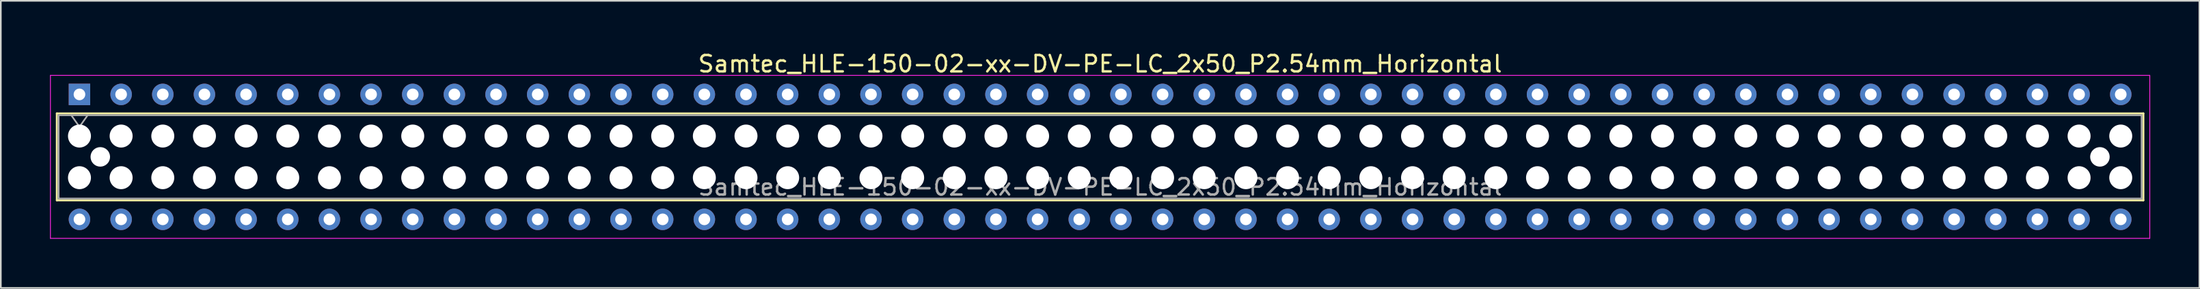
<source format=kicad_pcb>
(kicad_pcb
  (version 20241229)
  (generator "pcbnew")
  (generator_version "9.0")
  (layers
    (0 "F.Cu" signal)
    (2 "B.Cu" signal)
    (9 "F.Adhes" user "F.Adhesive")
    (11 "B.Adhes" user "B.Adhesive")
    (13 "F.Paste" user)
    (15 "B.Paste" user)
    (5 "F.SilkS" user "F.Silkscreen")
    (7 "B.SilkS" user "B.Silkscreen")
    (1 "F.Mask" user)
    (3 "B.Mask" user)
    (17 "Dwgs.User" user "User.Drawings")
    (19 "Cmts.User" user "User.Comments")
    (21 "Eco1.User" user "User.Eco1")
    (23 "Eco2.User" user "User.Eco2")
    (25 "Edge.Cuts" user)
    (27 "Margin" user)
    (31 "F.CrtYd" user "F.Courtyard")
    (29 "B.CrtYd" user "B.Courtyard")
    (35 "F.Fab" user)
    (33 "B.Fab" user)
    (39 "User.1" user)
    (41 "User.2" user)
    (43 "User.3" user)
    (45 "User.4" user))
  (footprint "Samtec_HLE-150-02-xx-DV-PE-LC_2x50_P2.54mm_Horizontal"
    (layer "F.Cu")
    (at 1.795 2.708)
    (property "Reference" "Samtec_HLE-150-02-xx-DV-PE-LC_2x50_P2.54mm_Horizontal" (at 62.23 -1.86 0) (layer "F.SilkS") (effects (font (size 1 1) (thickness 0.15))))
    (attr through_hole)
    (fp_line (start -1.38 1.16) (end 125.84 1.16) (stroke (width 0.12) (type solid)) (layer "F.SilkS"))
    (fp_line (start -1.38 6.46) (end -1.38 1.16) (stroke (width 0.12) (type solid)) (layer "F.SilkS"))
    (fp_line (start 125.84 1.16) (end 125.84 6.46) (stroke (width 0.12) (type solid)) (layer "F.SilkS"))
    (fp_line (start 125.84 6.46) (end -1.38 6.46) (stroke (width 0.12) (type solid)) (layer "F.SilkS"))
    (fp_line (start -1.77 -1.16) (end 126.23 -1.16) (stroke (width 0.05) (type solid)) (layer "F.CrtYd"))
    (fp_line (start -1.77 8.78) (end -1.77 -1.16) (stroke (width 0.05) (type solid)) (layer "F.CrtYd"))
    (fp_line (start 126.23 -1.16) (end 126.23 8.78) (stroke (width 0.05) (type solid)) (layer "F.CrtYd"))
    (fp_line (start 126.23 8.78) (end -1.77 8.78) (stroke (width 0.05) (type solid)) (layer "F.CrtYd"))
    (fp_line (start -1.27 1.27) (end 125.73 1.27) (stroke (width 0.1) (type solid)) (layer "F.Fab"))
    (fp_line (start -1.27 6.35) (end -1.27 1.27) (stroke (width 0.1) (type solid)) (layer "F.Fab"))
    (fp_line (start -0.5 1.27) (end 0 1.977) (stroke (width 0.1) (type solid)) (layer "F.Fab"))
    (fp_line (start 0 1.977) (end 0.5 1.27) (stroke (width 0.1) (type solid)) (layer "F.Fab"))
    (fp_line (start 125.73 1.27) (end 125.73 6.35) (stroke (width 0.1) (type solid)) (layer "F.Fab"))
    (fp_line (start 125.73 6.35) (end -1.27 6.35) (stroke (width 0.1) (type solid)) (layer "F.Fab"))
    (fp_text user "${REFERENCE}" (at 62.23 5.65 0) (layer "F.Fab") (effects (font (size 1 1) (thickness 0.15))))
    (pad "" np_thru_hole circle (at 0 2.54) (size 1.4 1.4) (drill 1.4) (layers "*.Cu" "*.Mask"))
    (pad "" np_thru_hole circle (at 0 5.08) (size 1.4 1.4) (drill 1.4) (layers "*.Cu" "*.Mask"))
    (pad "" np_thru_hole circle (at 1.27 3.81) (size 1.19 1.19) (drill 1.19) (layers "*.Cu" "*.Mask"))
    (pad "" np_thru_hole circle (at 2.54 2.54) (size 1.4 1.4) (drill 1.4) (layers "*.Cu" "*.Mask"))
    (pad "" np_thru_hole circle (at 2.54 5.08) (size 1.4 1.4) (drill 1.4) (layers "*.Cu" "*.Mask"))
    (pad "" np_thru_hole circle (at 5.08 2.54) (size 1.4 1.4) (drill 1.4) (layers "*.Cu" "*.Mask"))
    (pad "" np_thru_hole circle (at 5.08 5.08) (size 1.4 1.4) (drill 1.4) (layers "*.Cu" "*.Mask"))
    (pad "" np_thru_hole circle (at 7.62 2.54) (size 1.4 1.4) (drill 1.4) (layers "*.Cu" "*.Mask"))
    (pad "" np_thru_hole circle (at 7.62 5.08) (size 1.4 1.4) (drill 1.4) (layers "*.Cu" "*.Mask"))
    (pad "" np_thru_hole circle (at 10.16 2.54) (size 1.4 1.4) (drill 1.4) (layers "*.Cu" "*.Mask"))
    (pad "" np_thru_hole circle (at 10.16 5.08) (size 1.4 1.4) (drill 1.4) (layers "*.Cu" "*.Mask"))
    (pad "" np_thru_hole circle (at 12.7 2.54) (size 1.4 1.4) (drill 1.4) (layers "*.Cu" "*.Mask"))
    (pad "" np_thru_hole circle (at 12.7 5.08) (size 1.4 1.4) (drill 1.4) (layers "*.Cu" "*.Mask"))
    (pad "" np_thru_hole circle (at 15.24 2.54) (size 1.4 1.4) (drill 1.4) (layers "*.Cu" "*.Mask"))
    (pad "" np_thru_hole circle (at 15.24 5.08) (size 1.4 1.4) (drill 1.4) (layers "*.Cu" "*.Mask"))
    (pad "" np_thru_hole circle (at 17.78 2.54) (size 1.4 1.4) (drill 1.4) (layers "*.Cu" "*.Mask"))
    (pad "" np_thru_hole circle (at 17.78 5.08) (size 1.4 1.4) (drill 1.4) (layers "*.Cu" "*.Mask"))
    (pad "" np_thru_hole circle (at 20.32 2.54) (size 1.4 1.4) (drill 1.4) (layers "*.Cu" "*.Mask"))
    (pad "" np_thru_hole circle (at 20.32 5.08) (size 1.4 1.4) (drill 1.4) (layers "*.Cu" "*.Mask"))
    (pad "" np_thru_hole circle (at 22.86 2.54) (size 1.4 1.4) (drill 1.4) (layers "*.Cu" "*.Mask"))
    (pad "" np_thru_hole circle (at 22.86 5.08) (size 1.4 1.4) (drill 1.4) (layers "*.Cu" "*.Mask"))
    (pad "" np_thru_hole circle (at 25.4 2.54) (size 1.4 1.4) (drill 1.4) (layers "*.Cu" "*.Mask"))
    (pad "" np_thru_hole circle (at 25.4 5.08) (size 1.4 1.4) (drill 1.4) (layers "*.Cu" "*.Mask"))
    (pad "" np_thru_hole circle (at 27.94 2.54) (size 1.4 1.4) (drill 1.4) (layers "*.Cu" "*.Mask"))
    (pad "" np_thru_hole circle (at 27.94 5.08) (size 1.4 1.4) (drill 1.4) (layers "*.Cu" "*.Mask"))
    (pad "" np_thru_hole circle (at 30.48 2.54) (size 1.4 1.4) (drill 1.4) (layers "*.Cu" "*.Mask"))
    (pad "" np_thru_hole circle (at 30.48 5.08) (size 1.4 1.4) (drill 1.4) (layers "*.Cu" "*.Mask"))
    (pad "" np_thru_hole circle (at 33.02 2.54) (size 1.4 1.4) (drill 1.4) (layers "*.Cu" "*.Mask"))
    (pad "" np_thru_hole circle (at 33.02 5.08) (size 1.4 1.4) (drill 1.4) (layers "*.Cu" "*.Mask"))
    (pad "" np_thru_hole circle (at 35.56 2.54) (size 1.4 1.4) (drill 1.4) (layers "*.Cu" "*.Mask"))
    (pad "" np_thru_hole circle (at 35.56 5.08) (size 1.4 1.4) (drill 1.4) (layers "*.Cu" "*.Mask"))
    (pad "" np_thru_hole circle (at 38.1 2.54) (size 1.4 1.4) (drill 1.4) (layers "*.Cu" "*.Mask"))
    (pad "" np_thru_hole circle (at 38.1 5.08) (size 1.4 1.4) (drill 1.4) (layers "*.Cu" "*.Mask"))
    (pad "" np_thru_hole circle (at 40.64 2.54) (size 1.4 1.4) (drill 1.4) (layers "*.Cu" "*.Mask"))
    (pad "" np_thru_hole circle (at 40.64 5.08) (size 1.4 1.4) (drill 1.4) (layers "*.Cu" "*.Mask"))
    (pad "" np_thru_hole circle (at 43.18 2.54) (size 1.4 1.4) (drill 1.4) (layers "*.Cu" "*.Mask"))
    (pad "" np_thru_hole circle (at 43.18 5.08) (size 1.4 1.4) (drill 1.4) (layers "*.Cu" "*.Mask"))
    (pad "" np_thru_hole circle (at 45.72 2.54) (size 1.4 1.4) (drill 1.4) (layers "*.Cu" "*.Mask"))
    (pad "" np_thru_hole circle (at 45.72 5.08) (size 1.4 1.4) (drill 1.4) (layers "*.Cu" "*.Mask"))
    (pad "" np_thru_hole circle (at 48.26 2.54) (size 1.4 1.4) (drill 1.4) (layers "*.Cu" "*.Mask"))
    (pad "" np_thru_hole circle (at 48.26 5.08) (size 1.4 1.4) (drill 1.4) (layers "*.Cu" "*.Mask"))
    (pad "" np_thru_hole circle (at 50.8 2.54) (size 1.4 1.4) (drill 1.4) (layers "*.Cu" "*.Mask"))
    (pad "" np_thru_hole circle (at 50.8 5.08) (size 1.4 1.4) (drill 1.4) (layers "*.Cu" "*.Mask"))
    (pad "" np_thru_hole circle (at 53.34 2.54) (size 1.4 1.4) (drill 1.4) (layers "*.Cu" "*.Mask"))
    (pad "" np_thru_hole circle (at 53.34 5.08) (size 1.4 1.4) (drill 1.4) (layers "*.Cu" "*.Mask"))
    (pad "" np_thru_hole circle (at 55.88 2.54) (size 1.4 1.4) (drill 1.4) (layers "*.Cu" "*.Mask"))
    (pad "" np_thru_hole circle (at 55.88 5.08) (size 1.4 1.4) (drill 1.4) (layers "*.Cu" "*.Mask"))
    (pad "" np_thru_hole circle (at 58.42 2.54) (size 1.4 1.4) (drill 1.4) (layers "*.Cu" "*.Mask"))
    (pad "" np_thru_hole circle (at 58.42 5.08) (size 1.4 1.4) (drill 1.4) (layers "*.Cu" "*.Mask"))
    (pad "" np_thru_hole circle (at 60.96 2.54) (size 1.4 1.4) (drill 1.4) (layers "*.Cu" "*.Mask"))
    (pad "" np_thru_hole circle (at 60.96 5.08) (size 1.4 1.4) (drill 1.4) (layers "*.Cu" "*.Mask"))
    (pad "" np_thru_hole circle (at 63.5 2.54) (size 1.4 1.4) (drill 1.4) (layers "*.Cu" "*.Mask"))
    (pad "" np_thru_hole circle (at 63.5 5.08) (size 1.4 1.4) (drill 1.4) (layers "*.Cu" "*.Mask"))
    (pad "" np_thru_hole circle (at 66.04 2.54) (size 1.4 1.4) (drill 1.4) (layers "*.Cu" "*.Mask"))
    (pad "" np_thru_hole circle (at 66.04 5.08) (size 1.4 1.4) (drill 1.4) (layers "*.Cu" "*.Mask"))
    (pad "" np_thru_hole circle (at 68.58 2.54) (size 1.4 1.4) (drill 1.4) (layers "*.Cu" "*.Mask"))
    (pad "" np_thru_hole circle (at 68.58 5.08) (size 1.4 1.4) (drill 1.4) (layers "*.Cu" "*.Mask"))
    (pad "" np_thru_hole circle (at 71.12 2.54) (size 1.4 1.4) (drill 1.4) (layers "*.Cu" "*.Mask"))
    (pad "" np_thru_hole circle (at 71.12 5.08) (size 1.4 1.4) (drill 1.4) (layers "*.Cu" "*.Mask"))
    (pad "" np_thru_hole circle (at 73.66 2.54) (size 1.4 1.4) (drill 1.4) (layers "*.Cu" "*.Mask"))
    (pad "" np_thru_hole circle (at 73.66 5.08) (size 1.4 1.4) (drill 1.4) (layers "*.Cu" "*.Mask"))
    (pad "" np_thru_hole circle (at 76.2 2.54) (size 1.4 1.4) (drill 1.4) (layers "*.Cu" "*.Mask"))
    (pad "" np_thru_hole circle (at 76.2 5.08) (size 1.4 1.4) (drill 1.4) (layers "*.Cu" "*.Mask"))
    (pad "" np_thru_hole circle (at 78.74 2.54) (size 1.4 1.4) (drill 1.4) (layers "*.Cu" "*.Mask"))
    (pad "" np_thru_hole circle (at 78.74 5.08) (size 1.4 1.4) (drill 1.4) (layers "*.Cu" "*.Mask"))
    (pad "" np_thru_hole circle (at 81.28 2.54) (size 1.4 1.4) (drill 1.4) (layers "*.Cu" "*.Mask"))
    (pad "" np_thru_hole circle (at 81.28 5.08) (size 1.4 1.4) (drill 1.4) (layers "*.Cu" "*.Mask"))
    (pad "" np_thru_hole circle (at 83.82 2.54) (size 1.4 1.4) (drill 1.4) (layers "*.Cu" "*.Mask"))
    (pad "" np_thru_hole circle (at 83.82 5.08) (size 1.4 1.4) (drill 1.4) (layers "*.Cu" "*.Mask"))
    (pad "" np_thru_hole circle (at 86.36 2.54) (size 1.4 1.4) (drill 1.4) (layers "*.Cu" "*.Mask"))
    (pad "" np_thru_hole circle (at 86.36 5.08) (size 1.4 1.4) (drill 1.4) (layers "*.Cu" "*.Mask"))
    (pad "" np_thru_hole circle (at 88.9 2.54) (size 1.4 1.4) (drill 1.4) (layers "*.Cu" "*.Mask"))
    (pad "" np_thru_hole circle (at 88.9 5.08) (size 1.4 1.4) (drill 1.4) (layers "*.Cu" "*.Mask"))
    (pad "" np_thru_hole circle (at 91.44 2.54) (size 1.4 1.4) (drill 1.4) (layers "*.Cu" "*.Mask"))
    (pad "" np_thru_hole circle (at 91.44 5.08) (size 1.4 1.4) (drill 1.4) (layers "*.Cu" "*.Mask"))
    (pad "" np_thru_hole circle (at 93.98 2.54) (size 1.4 1.4) (drill 1.4) (layers "*.Cu" "*.Mask"))
    (pad "" np_thru_hole circle (at 93.98 5.08) (size 1.4 1.4) (drill 1.4) (layers "*.Cu" "*.Mask"))
    (pad "" np_thru_hole circle (at 96.52 2.54) (size 1.4 1.4) (drill 1.4) (layers "*.Cu" "*.Mask"))
    (pad "" np_thru_hole circle (at 96.52 5.08) (size 1.4 1.4) (drill 1.4) (layers "*.Cu" "*.Mask"))
    (pad "" np_thru_hole circle (at 99.06 2.54) (size 1.4 1.4) (drill 1.4) (layers "*.Cu" "*.Mask"))
    (pad "" np_thru_hole circle (at 99.06 5.08) (size 1.4 1.4) (drill 1.4) (layers "*.Cu" "*.Mask"))
    (pad "" np_thru_hole circle (at 101.6 2.54) (size 1.4 1.4) (drill 1.4) (layers "*.Cu" "*.Mask"))
    (pad "" np_thru_hole circle (at 101.6 5.08) (size 1.4 1.4) (drill 1.4) (layers "*.Cu" "*.Mask"))
    (pad "" np_thru_hole circle (at 104.14 2.54) (size 1.4 1.4) (drill 1.4) (layers "*.Cu" "*.Mask"))
    (pad "" np_thru_hole circle (at 104.14 5.08) (size 1.4 1.4) (drill 1.4) (layers "*.Cu" "*.Mask"))
    (pad "" np_thru_hole circle (at 106.68 2.54) (size 1.4 1.4) (drill 1.4) (layers "*.Cu" "*.Mask"))
    (pad "" np_thru_hole circle (at 106.68 5.08) (size 1.4 1.4) (drill 1.4) (layers "*.Cu" "*.Mask"))
    (pad "" np_thru_hole circle (at 109.22 2.54) (size 1.4 1.4) (drill 1.4) (layers "*.Cu" "*.Mask"))
    (pad "" np_thru_hole circle (at 109.22 5.08) (size 1.4 1.4) (drill 1.4) (layers "*.Cu" "*.Mask"))
    (pad "" np_thru_hole circle (at 111.76 2.54) (size 1.4 1.4) (drill 1.4) (layers "*.Cu" "*.Mask"))
    (pad "" np_thru_hole circle (at 111.76 5.08) (size 1.4 1.4) (drill 1.4) (layers "*.Cu" "*.Mask"))
    (pad "" np_thru_hole circle (at 114.3 2.54) (size 1.4 1.4) (drill 1.4) (layers "*.Cu" "*.Mask"))
    (pad "" np_thru_hole circle (at 114.3 5.08) (size 1.4 1.4) (drill 1.4) (layers "*.Cu" "*.Mask"))
    (pad "" np_thru_hole circle (at 116.84 2.54) (size 1.4 1.4) (drill 1.4) (layers "*.Cu" "*.Mask"))
    (pad "" np_thru_hole circle (at 116.84 5.08) (size 1.4 1.4) (drill 1.4) (layers "*.Cu" "*.Mask"))
    (pad "" np_thru_hole circle (at 119.38 2.54) (size 1.4 1.4) (drill 1.4) (layers "*.Cu" "*.Mask"))
    (pad "" np_thru_hole circle (at 119.38 5.08) (size 1.4 1.4) (drill 1.4) (layers "*.Cu" "*.Mask"))
    (pad "" np_thru_hole circle (at 121.92 2.54) (size 1.4 1.4) (drill 1.4) (layers "*.Cu" "*.Mask"))
    (pad "" np_thru_hole circle (at 121.92 5.08) (size 1.4 1.4) (drill 1.4) (layers "*.Cu" "*.Mask"))
    (pad "" np_thru_hole circle (at 123.19 3.81) (size 1.19 1.19) (drill 1.19) (layers "*.Cu" "*.Mask"))
    (pad "" np_thru_hole circle (at 124.46 2.54) (size 1.4 1.4) (drill 1.4) (layers "*.Cu" "*.Mask"))
    (pad "" np_thru_hole circle (at 124.46 5.08) (size 1.4 1.4) (drill 1.4) (layers "*.Cu" "*.Mask"))
    (pad "1" thru_hole rect (at 0 0) (size 1.31 1.31) (drill 0.71) (layers "*.Cu" "*.Mask"))
    (pad "2" thru_hole circle (at 0 7.62) (size 1.31 1.31) (drill 0.71) (layers "*.Cu" "*.Mask"))
    (pad "3" thru_hole circle (at 2.54 0) (size 1.31 1.31) (drill 0.71) (layers "*.Cu" "*.Mask"))
    (pad "4" thru_hole circle (at 2.54 7.62) (size 1.31 1.31) (drill 0.71) (layers "*.Cu" "*.Mask"))
    (pad "5" thru_hole circle (at 5.08 0) (size 1.31 1.31) (drill 0.71) (layers "*.Cu" "*.Mask"))
    (pad "6" thru_hole circle (at 5.08 7.62) (size 1.31 1.31) (drill 0.71) (layers "*.Cu" "*.Mask"))
    (pad "7" thru_hole circle (at 7.62 0) (size 1.31 1.31) (drill 0.71) (layers "*.Cu" "*.Mask"))
    (pad "8" thru_hole circle (at 7.62 7.62) (size 1.31 1.31) (drill 0.71) (layers "*.Cu" "*.Mask"))
    (pad "9" thru_hole circle (at 10.16 0) (size 1.31 1.31) (drill 0.71) (layers "*.Cu" "*.Mask"))
    (pad "10" thru_hole circle (at 10.16 7.62) (size 1.31 1.31) (drill 0.71) (layers "*.Cu" "*.Mask"))
    (pad "11" thru_hole circle (at 12.7 0) (size 1.31 1.31) (drill 0.71) (layers "*.Cu" "*.Mask"))
    (pad "12" thru_hole circle (at 12.7 7.62) (size 1.31 1.31) (drill 0.71) (layers "*.Cu" "*.Mask"))
    (pad "13" thru_hole circle (at 15.24 0) (size 1.31 1.31) (drill 0.71) (layers "*.Cu" "*.Mask"))
    (pad "14" thru_hole circle (at 15.24 7.62) (size 1.31 1.31) (drill 0.71) (layers "*.Cu" "*.Mask"))
    (pad "15" thru_hole circle (at 17.78 0) (size 1.31 1.31) (drill 0.71) (layers "*.Cu" "*.Mask"))
    (pad "16" thru_hole circle (at 17.78 7.62) (size 1.31 1.31) (drill 0.71) (layers "*.Cu" "*.Mask"))
    (pad "17" thru_hole circle (at 20.32 0) (size 1.31 1.31) (drill 0.71) (layers "*.Cu" "*.Mask"))
    (pad "18" thru_hole circle (at 20.32 7.62) (size 1.31 1.31) (drill 0.71) (layers "*.Cu" "*.Mask"))
    (pad "19" thru_hole circle (at 22.86 0) (size 1.31 1.31) (drill 0.71) (layers "*.Cu" "*.Mask"))
    (pad "20" thru_hole circle (at 22.86 7.62) (size 1.31 1.31) (drill 0.71) (layers "*.Cu" "*.Mask"))
    (pad "21" thru_hole circle (at 25.4 0) (size 1.31 1.31) (drill 0.71) (layers "*.Cu" "*.Mask"))
    (pad "22" thru_hole circle (at 25.4 7.62) (size 1.31 1.31) (drill 0.71) (layers "*.Cu" "*.Mask"))
    (pad "23" thru_hole circle (at 27.94 0) (size 1.31 1.31) (drill 0.71) (layers "*.Cu" "*.Mask"))
    (pad "24" thru_hole circle (at 27.94 7.62) (size 1.31 1.31) (drill 0.71) (layers "*.Cu" "*.Mask"))
    (pad "25" thru_hole circle (at 30.48 0) (size 1.31 1.31) (drill 0.71) (layers "*.Cu" "*.Mask"))
    (pad "26" thru_hole circle (at 30.48 7.62) (size 1.31 1.31) (drill 0.71) (layers "*.Cu" "*.Mask"))
    (pad "27" thru_hole circle (at 33.02 0) (size 1.31 1.31) (drill 0.71) (layers "*.Cu" "*.Mask"))
    (pad "28" thru_hole circle (at 33.02 7.62) (size 1.31 1.31) (drill 0.71) (layers "*.Cu" "*.Mask"))
    (pad "29" thru_hole circle (at 35.56 0) (size 1.31 1.31) (drill 0.71) (layers "*.Cu" "*.Mask"))
    (pad "30" thru_hole circle (at 35.56 7.62) (size 1.31 1.31) (drill 0.71) (layers "*.Cu" "*.Mask"))
    (pad "31" thru_hole circle (at 38.1 0) (size 1.31 1.31) (drill 0.71) (layers "*.Cu" "*.Mask"))
    (pad "32" thru_hole circle (at 38.1 7.62) (size 1.31 1.31) (drill 0.71) (layers "*.Cu" "*.Mask"))
    (pad "33" thru_hole circle (at 40.64 0) (size 1.31 1.31) (drill 0.71) (layers "*.Cu" "*.Mask"))
    (pad "34" thru_hole circle (at 40.64 7.62) (size 1.31 1.31) (drill 0.71) (layers "*.Cu" "*.Mask"))
    (pad "35" thru_hole circle (at 43.18 0) (size 1.31 1.31) (drill 0.71) (layers "*.Cu" "*.Mask"))
    (pad "36" thru_hole circle (at 43.18 7.62) (size 1.31 1.31) (drill 0.71) (layers "*.Cu" "*.Mask"))
    (pad "37" thru_hole circle (at 45.72 0) (size 1.31 1.31) (drill 0.71) (layers "*.Cu" "*.Mask"))
    (pad "38" thru_hole circle (at 45.72 7.62) (size 1.31 1.31) (drill 0.71) (layers "*.Cu" "*.Mask"))
    (pad "39" thru_hole circle (at 48.26 0) (size 1.31 1.31) (drill 0.71) (layers "*.Cu" "*.Mask"))
    (pad "40" thru_hole circle (at 48.26 7.62) (size 1.31 1.31) (drill 0.71) (layers "*.Cu" "*.Mask"))
    (pad "41" thru_hole circle (at 50.8 0) (size 1.31 1.31) (drill 0.71) (layers "*.Cu" "*.Mask"))
    (pad "42" thru_hole circle (at 50.8 7.62) (size 1.31 1.31) (drill 0.71) (layers "*.Cu" "*.Mask"))
    (pad "43" thru_hole circle (at 53.34 0) (size 1.31 1.31) (drill 0.71) (layers "*.Cu" "*.Mask"))
    (pad "44" thru_hole circle (at 53.34 7.62) (size 1.31 1.31) (drill 0.71) (layers "*.Cu" "*.Mask"))
    (pad "45" thru_hole circle (at 55.88 0) (size 1.31 1.31) (drill 0.71) (layers "*.Cu" "*.Mask"))
    (pad "46" thru_hole circle (at 55.88 7.62) (size 1.31 1.31) (drill 0.71) (layers "*.Cu" "*.Mask"))
    (pad "47" thru_hole circle (at 58.42 0) (size 1.31 1.31) (drill 0.71) (layers "*.Cu" "*.Mask"))
    (pad "48" thru_hole circle (at 58.42 7.62) (size 1.31 1.31) (drill 0.71) (layers "*.Cu" "*.Mask"))
    (pad "49" thru_hole circle (at 60.96 0) (size 1.31 1.31) (drill 0.71) (layers "*.Cu" "*.Mask"))
    (pad "50" thru_hole circle (at 60.96 7.62) (size 1.31 1.31) (drill 0.71) (layers "*.Cu" "*.Mask"))
    (pad "51" thru_hole circle (at 63.5 0) (size 1.31 1.31) (drill 0.71) (layers "*.Cu" "*.Mask"))
    (pad "52" thru_hole circle (at 63.5 7.62) (size 1.31 1.31) (drill 0.71) (layers "*.Cu" "*.Mask"))
    (pad "53" thru_hole circle (at 66.04 0) (size 1.31 1.31) (drill 0.71) (layers "*.Cu" "*.Mask"))
    (pad "54" thru_hole circle (at 66.04 7.62) (size 1.31 1.31) (drill 0.71) (layers "*.Cu" "*.Mask"))
    (pad "55" thru_hole circle (at 68.58 0) (size 1.31 1.31) (drill 0.71) (layers "*.Cu" "*.Mask"))
    (pad "56" thru_hole circle (at 68.58 7.62) (size 1.31 1.31) (drill 0.71) (layers "*.Cu" "*.Mask"))
    (pad "57" thru_hole circle (at 71.12 0) (size 1.31 1.31) (drill 0.71) (layers "*.Cu" "*.Mask"))
    (pad "58" thru_hole circle (at 71.12 7.62) (size 1.31 1.31) (drill 0.71) (layers "*.Cu" "*.Mask"))
    (pad "59" thru_hole circle (at 73.66 0) (size 1.31 1.31) (drill 0.71) (layers "*.Cu" "*.Mask"))
    (pad "60" thru_hole circle (at 73.66 7.62) (size 1.31 1.31) (drill 0.71) (layers "*.Cu" "*.Mask"))
    (pad "61" thru_hole circle (at 76.2 0) (size 1.31 1.31) (drill 0.71) (layers "*.Cu" "*.Mask"))
    (pad "62" thru_hole circle (at 76.2 7.62) (size 1.31 1.31) (drill 0.71) (layers "*.Cu" "*.Mask"))
    (pad "63" thru_hole circle (at 78.74 0) (size 1.31 1.31) (drill 0.71) (layers "*.Cu" "*.Mask"))
    (pad "64" thru_hole circle (at 78.74 7.62) (size 1.31 1.31) (drill 0.71) (layers "*.Cu" "*.Mask"))
    (pad "65" thru_hole circle (at 81.28 0) (size 1.31 1.31) (drill 0.71) (layers "*.Cu" "*.Mask"))
    (pad "66" thru_hole circle (at 81.28 7.62) (size 1.31 1.31) (drill 0.71) (layers "*.Cu" "*.Mask"))
    (pad "67" thru_hole circle (at 83.82 0) (size 1.31 1.31) (drill 0.71) (layers "*.Cu" "*.Mask"))
    (pad "68" thru_hole circle (at 83.82 7.62) (size 1.31 1.31) (drill 0.71) (layers "*.Cu" "*.Mask"))
    (pad "69" thru_hole circle (at 86.36 0) (size 1.31 1.31) (drill 0.71) (layers "*.Cu" "*.Mask"))
    (pad "70" thru_hole circle (at 86.36 7.62) (size 1.31 1.31) (drill 0.71) (layers "*.Cu" "*.Mask"))
    (pad "71" thru_hole circle (at 88.9 0) (size 1.31 1.31) (drill 0.71) (layers "*.Cu" "*.Mask"))
    (pad "72" thru_hole circle (at 88.9 7.62) (size 1.31 1.31) (drill 0.71) (layers "*.Cu" "*.Mask"))
    (pad "73" thru_hole circle (at 91.44 0) (size 1.31 1.31) (drill 0.71) (layers "*.Cu" "*.Mask"))
    (pad "74" thru_hole circle (at 91.44 7.62) (size 1.31 1.31) (drill 0.71) (layers "*.Cu" "*.Mask"))
    (pad "75" thru_hole circle (at 93.98 0) (size 1.31 1.31) (drill 0.71) (layers "*.Cu" "*.Mask"))
    (pad "76" thru_hole circle (at 93.98 7.62) (size 1.31 1.31) (drill 0.71) (layers "*.Cu" "*.Mask"))
    (pad "77" thru_hole circle (at 96.52 0) (size 1.31 1.31) (drill 0.71) (layers "*.Cu" "*.Mask"))
    (pad "78" thru_hole circle (at 96.52 7.62) (size 1.31 1.31) (drill 0.71) (layers "*.Cu" "*.Mask"))
    (pad "79" thru_hole circle (at 99.06 0) (size 1.31 1.31) (drill 0.71) (layers "*.Cu" "*.Mask"))
    (pad "80" thru_hole circle (at 99.06 7.62) (size 1.31 1.31) (drill 0.71) (layers "*.Cu" "*.Mask"))
    (pad "81" thru_hole circle (at 101.6 0) (size 1.31 1.31) (drill 0.71) (layers "*.Cu" "*.Mask"))
    (pad "82" thru_hole circle (at 101.6 7.62) (size 1.31 1.31) (drill 0.71) (layers "*.Cu" "*.Mask"))
    (pad "83" thru_hole circle (at 104.14 0) (size 1.31 1.31) (drill 0.71) (layers "*.Cu" "*.Mask"))
    (pad "84" thru_hole circle (at 104.14 7.62) (size 1.31 1.31) (drill 0.71) (layers "*.Cu" "*.Mask"))
    (pad "85" thru_hole circle (at 106.68 0) (size 1.31 1.31) (drill 0.71) (layers "*.Cu" "*.Mask"))
    (pad "86" thru_hole circle (at 106.68 7.62) (size 1.31 1.31) (drill 0.71) (layers "*.Cu" "*.Mask"))
    (pad "87" thru_hole circle (at 109.22 0) (size 1.31 1.31) (drill 0.71) (layers "*.Cu" "*.Mask"))
    (pad "88" thru_hole circle (at 109.22 7.62) (size 1.31 1.31) (drill 0.71) (layers "*.Cu" "*.Mask"))
    (pad "89" thru_hole circle (at 111.76 0) (size 1.31 1.31) (drill 0.71) (layers "*.Cu" "*.Mask"))
    (pad "90" thru_hole circle (at 111.76 7.62) (size 1.31 1.31) (drill 0.71) (layers "*.Cu" "*.Mask"))
    (pad "91" thru_hole circle (at 114.3 0) (size 1.31 1.31) (drill 0.71) (layers "*.Cu" "*.Mask"))
    (pad "92" thru_hole circle (at 114.3 7.62) (size 1.31 1.31) (drill 0.71) (layers "*.Cu" "*.Mask"))
    (pad "93" thru_hole circle (at 116.84 0) (size 1.31 1.31) (drill 0.71) (layers "*.Cu" "*.Mask"))
    (pad "94" thru_hole circle (at 116.84 7.62) (size 1.31 1.31) (drill 0.71) (layers "*.Cu" "*.Mask"))
    (pad "95" thru_hole circle (at 119.38 0) (size 1.31 1.31) (drill 0.71) (layers "*.Cu" "*.Mask"))
    (pad "96" thru_hole circle (at 119.38 7.62) (size 1.31 1.31) (drill 0.71) (layers "*.Cu" "*.Mask"))
    (pad "97" thru_hole circle (at 121.92 0) (size 1.31 1.31) (drill 0.71) (layers "*.Cu" "*.Mask"))
    (pad "98" thru_hole circle (at 121.92 7.62) (size 1.31 1.31) (drill 0.71) (layers "*.Cu" "*.Mask"))
    (pad "99" thru_hole circle (at 124.46 0) (size 1.31 1.31) (drill 0.71) (layers "*.Cu" "*.Mask"))
    (pad "100" thru_hole circle (at 124.46 7.62) (size 1.31 1.31) (drill 0.71) (layers "*.Cu" "*.Mask")))
  (gr_rect
    (start -3 -3)
    (end 131.05 14.513)
    (stroke (width 0.1) (type default))
    (fill no)
    (layer "Edge.Cuts")))
</source>
